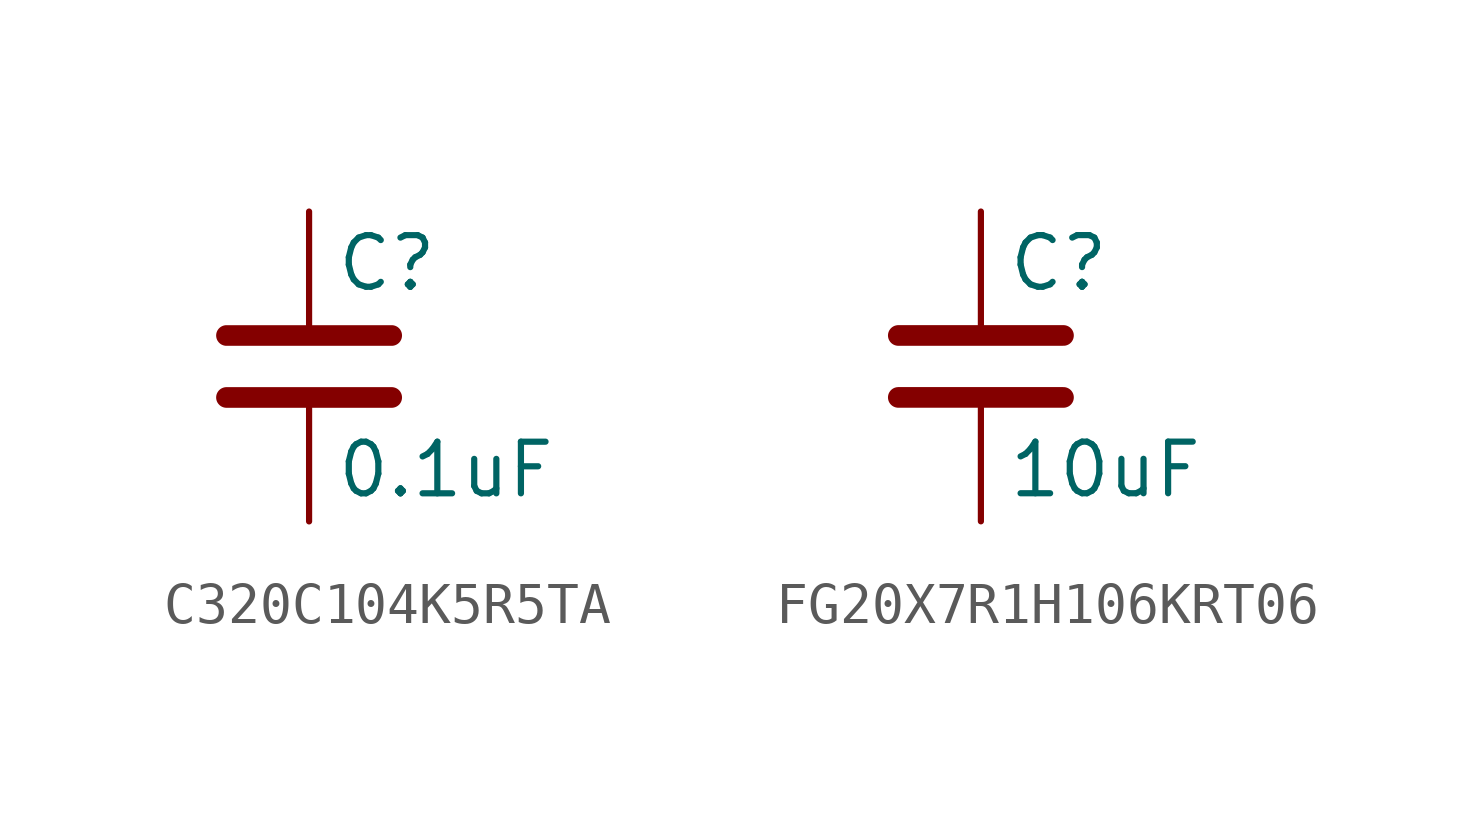
<source format=kicad_sym>
(kicad_symbol_lib
  (version 20241209)
  (generator "kicad_symbol_editor")
  (generator_version "9.0")
  (symbol "C320C104K5R5TA"
    (pin_numbers
      (hide yes))
    (pin_names
      (offset 0.254))
    (property "Reference" "C"
      (at 0.635 2.54 0)
      (effects (font (size 1.27 1.27)) (justify left)))
    (property "Value" "0.1uF"
      (at 0.635 -2.54 0)
      (effects (font (size 1.27 1.27)) (justify left)))
    (symbol "C320C104K5R5TA_0_1"
      (polyline (pts (xy -2.032 0.762) (xy 2.032 0.762)) (stroke (width 0.508) (type default)) (fill (type none)))
      (polyline (pts (xy -2.032 -0.762) (xy 2.032 -0.762)) (stroke (width 0.508) (type default)) (fill (type none))))
    (symbol "C320C104K5R5TA_1_1"
      (pin passive line (at 0 3.81 270) (length 2.794) (name "~" (effects (font (size 1.27 1.27)))) (number "1" (effects (font (size 1.27 1.27)))))
      (pin passive line (at 0 -3.81 90) (length 2.794) (name "~" (effects (font (size 1.27 1.27)))) (number "2" (effects (font (size 1.27 1.27)))))))
  (symbol "FG20X7R1H106KRT06"
    (pin_numbers
      (hide yes))
    (pin_names
      (offset 0.254))
    (property "Reference" "C"
      (at 0.635 2.54 0)
      (effects (font (size 1.27 1.27)) (justify left)))
    (property "Value" "10uF"
      (at 0.635 -2.54 0)
      (effects (font (size 1.27 1.27)) (justify left)))
    (symbol "FG20X7R1H106KRT06_0_1"
      (polyline (pts (xy -2.032 0.762) (xy 2.032 0.762)) (stroke (width 0.508) (type default)) (fill (type none)))
      (polyline (pts (xy -2.032 -0.762) (xy 2.032 -0.762)) (stroke (width 0.508) (type default)) (fill (type none))))
    (symbol "FG20X7R1H106KRT06_1_1"
      (pin passive line (at 0 3.81 270) (length 2.794) (name "~" (effects (font (size 1.27 1.27)))) (number "1" (effects (font (size 1.27 1.27)))))
      (pin passive line (at 0 -3.81 90) (length 2.794) (name "~" (effects (font (size 1.27 1.27)))) (number "2" (effects (font (size 1.27 1.27))))))))
</source>
